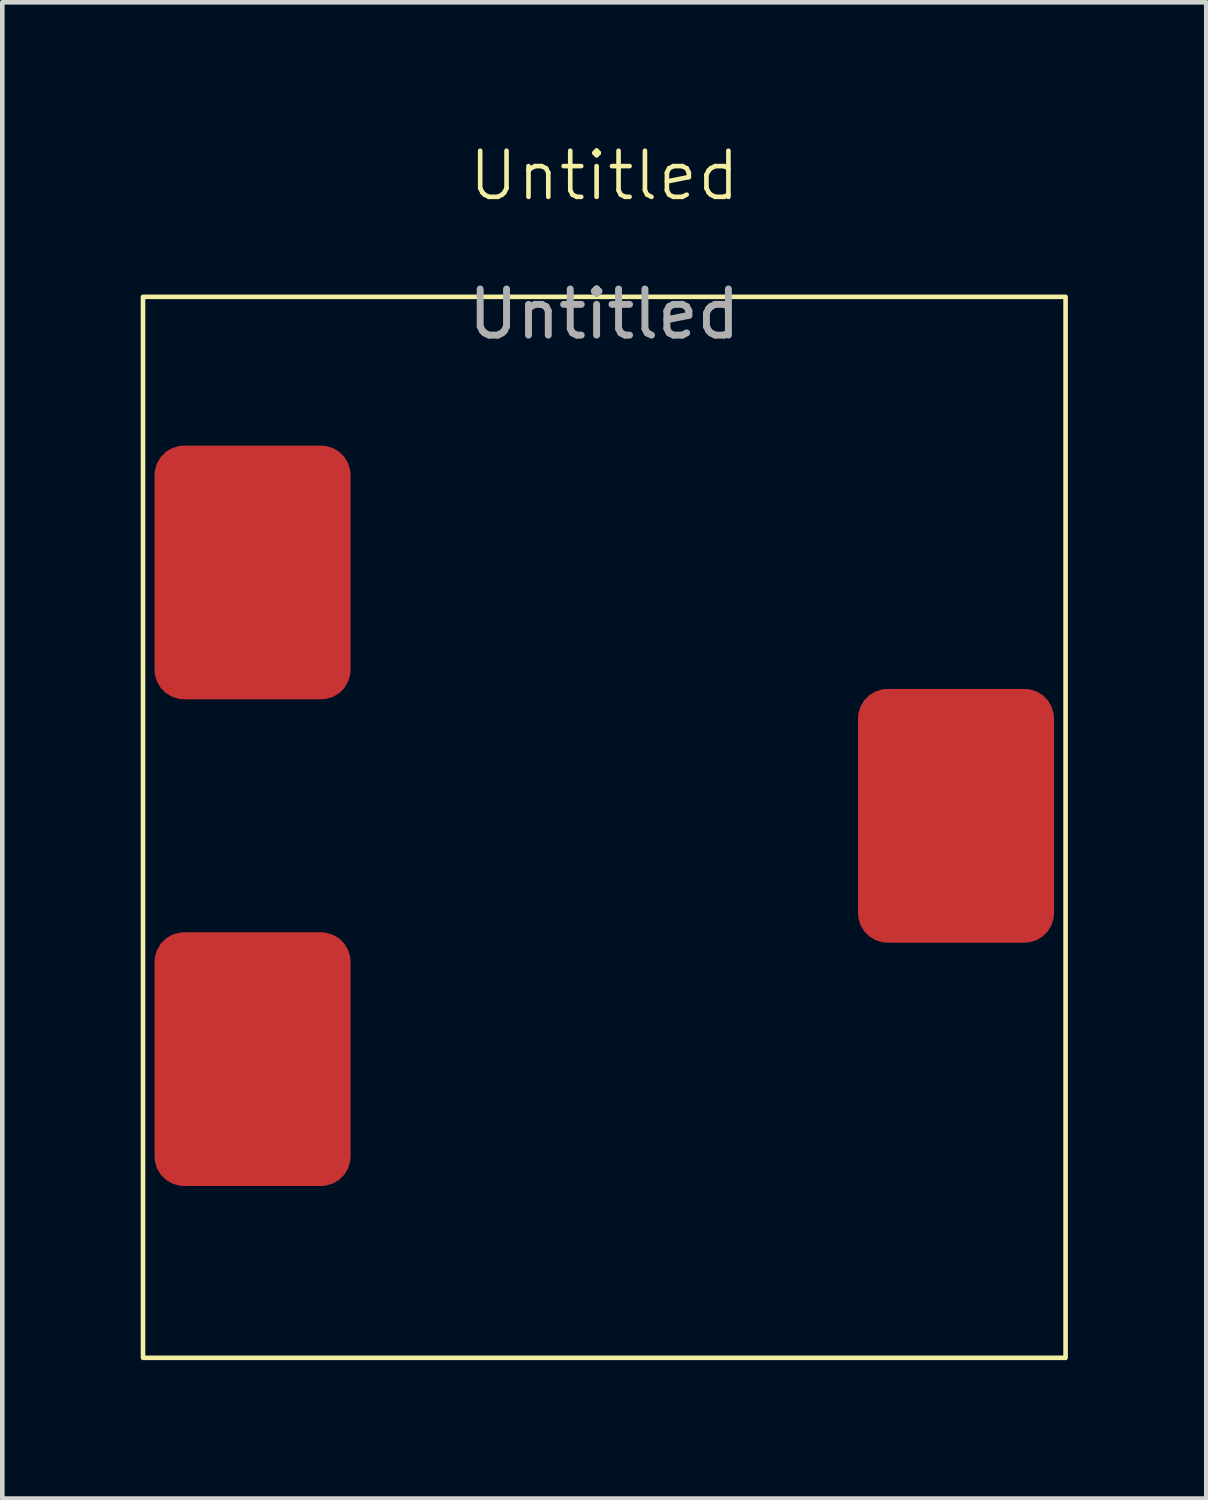
<source format=kicad_pcb>
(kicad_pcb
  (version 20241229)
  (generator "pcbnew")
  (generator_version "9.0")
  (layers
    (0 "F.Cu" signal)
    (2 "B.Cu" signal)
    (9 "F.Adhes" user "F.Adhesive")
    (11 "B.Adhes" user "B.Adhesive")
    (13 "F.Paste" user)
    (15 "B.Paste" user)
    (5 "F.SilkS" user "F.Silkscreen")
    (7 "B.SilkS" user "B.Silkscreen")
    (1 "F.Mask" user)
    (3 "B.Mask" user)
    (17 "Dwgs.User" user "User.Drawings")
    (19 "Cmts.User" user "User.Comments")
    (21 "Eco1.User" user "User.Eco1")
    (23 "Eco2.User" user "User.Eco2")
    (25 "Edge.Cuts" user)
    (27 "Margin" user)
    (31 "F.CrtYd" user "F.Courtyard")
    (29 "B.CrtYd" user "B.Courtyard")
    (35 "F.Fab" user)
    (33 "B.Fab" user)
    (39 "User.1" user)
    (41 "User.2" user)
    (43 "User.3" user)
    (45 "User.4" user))
  (footprint "Untitled"
    (layer "F.Cu")
    (at 10.05 1.26)
    (property "Reference" "Untitled" (at 0 -0.5 0) (unlocked yes) (layer "F.SilkS") (effects (font (size 1 1) (thickness 0.1))))
    (attr smd)
    (fp_rect (start -10 2.125) (end 10 25.125) (stroke (width 0.1) (type default)) (fill no) (layer "F.SilkS"))
    (fp_text user "${REFERENCE}" (at 0 2.5 0) (unlocked yes) (layer "F.Fab") (effects (font (size 1 1) (thickness 0.15))))
    (pad "1" smd roundrect (at -7.625 8.1) (size 4.25 5.5) (layers "F.Cu" "F.Mask" "F.Paste") (roundrect_rratio 0.15))
    (pad "2" smd roundrect (at -7.625 18.65) (size 4.25 5.5) (layers "F.Cu" "F.Mask" "F.Paste") (roundrect_rratio 0.15))
    (pad "3" smd roundrect (at 7.625 13.375) (size 4.25 5.5) (layers "F.Cu" "F.Mask" "F.Paste") (roundrect_rratio 0.15)))
  (gr_rect
    (start -3 -3)
    (end 23.1 29.436)
    (stroke (width 0.1) (type default))
    (fill no)
    (layer "Edge.Cuts")))
</source>
